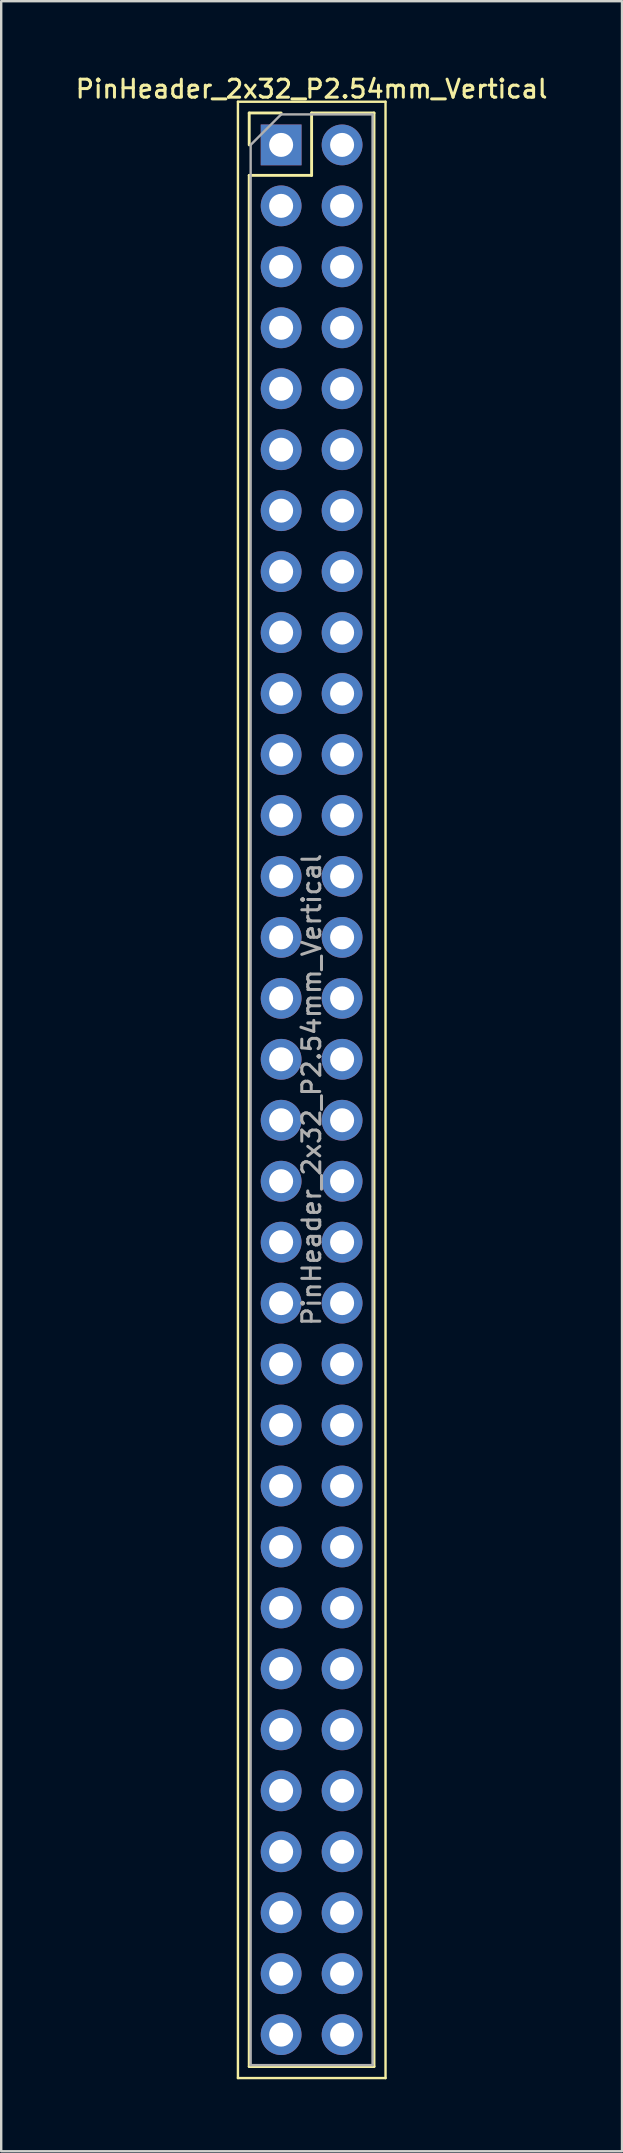
<source format=kicad_pcb>
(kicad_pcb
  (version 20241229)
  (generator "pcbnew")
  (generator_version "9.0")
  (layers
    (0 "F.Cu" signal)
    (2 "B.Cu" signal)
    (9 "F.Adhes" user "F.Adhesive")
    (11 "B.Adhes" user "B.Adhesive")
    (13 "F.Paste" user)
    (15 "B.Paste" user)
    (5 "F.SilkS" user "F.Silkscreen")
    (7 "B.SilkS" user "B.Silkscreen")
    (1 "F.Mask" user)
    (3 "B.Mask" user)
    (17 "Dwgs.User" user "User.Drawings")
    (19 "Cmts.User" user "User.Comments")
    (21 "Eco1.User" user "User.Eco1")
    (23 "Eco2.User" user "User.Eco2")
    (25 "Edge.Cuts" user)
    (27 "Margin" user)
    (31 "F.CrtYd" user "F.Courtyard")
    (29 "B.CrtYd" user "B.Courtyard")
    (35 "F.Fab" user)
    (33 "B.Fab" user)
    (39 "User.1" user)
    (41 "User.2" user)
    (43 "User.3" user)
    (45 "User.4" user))
  (footprint "PinHeader_2x32_P2.54mm_Vertical"
    (layer "F.Cu")
    (at 8.664 2.988)
    (property "Reference" "PinHeader_2x32_P2.54mm_Vertical" (at 1.27 -2.33 0) (layer "F.SilkS") (effects (font (size 0.75 0.75) (thickness 0.125))))
    (attr through_hole)
    (fp_line (start -1.8 -1.8) (end -1.8 80.55) (stroke (width 0.1) (type solid)) (layer "F.SilkS"))
    (fp_line (start -1.8 80.55) (end 4.35 80.55) (stroke (width 0.1) (type solid)) (layer "F.SilkS"))
    (fp_line (start -1.33 -1.33) (end 0 -1.33) (stroke (width 0.12) (type solid)) (layer "F.SilkS"))
    (fp_line (start -1.33 0) (end -1.33 -1.33) (stroke (width 0.12) (type solid)) (layer "F.SilkS"))
    (fp_line (start -1.33 1.27) (end -1.33 80.07) (stroke (width 0.12) (type solid)) (layer "F.SilkS"))
    (fp_line (start -1.33 1.27) (end 1.27 1.27) (stroke (width 0.12) (type solid)) (layer "F.SilkS"))
    (fp_line (start -1.33 80.07) (end 3.87 80.07) (stroke (width 0.12) (type solid)) (layer "F.SilkS"))
    (fp_line (start 1.27 -1.33) (end 3.87 -1.33) (stroke (width 0.12) (type solid)) (layer "F.SilkS"))
    (fp_line (start 1.27 1.27) (end 1.27 -1.33) (stroke (width 0.12) (type solid)) (layer "F.SilkS"))
    (fp_line (start 3.87 -1.33) (end 3.87 80.07) (stroke (width 0.12) (type solid)) (layer "F.SilkS"))
    (fp_line (start 4.35 -1.8) (end -1.8 -1.8) (stroke (width 0.1) (type solid)) (layer "F.SilkS"))
    (fp_line (start 4.35 80.55) (end 4.35 -1.8) (stroke (width 0.1) (type solid)) (layer "F.SilkS"))
    (fp_line (start -1.27 0) (end 0 -1.27) (stroke (width 0.1) (type solid)) (layer "F.Fab"))
    (fp_line (start -1.27 80.01) (end -1.27 0) (stroke (width 0.1) (type solid)) (layer "F.Fab"))
    (fp_line (start 0 -1.27) (end 3.81 -1.27) (stroke (width 0.1) (type solid)) (layer "F.Fab"))
    (fp_line (start 3.81 -1.27) (end 3.81 80.01) (stroke (width 0.1) (type solid)) (layer "F.Fab"))
    (fp_line (start 3.81 80.01) (end -1.27 80.01) (stroke (width 0.1) (type solid)) (layer "F.Fab"))
    (fp_text user "${REFERENCE}" (at 1.27 39.37 90) (layer "F.Fab") (effects (font (size 0.75 0.75) (thickness 0.125))))
    (pad "1" thru_hole rect (at 0 0) (size 1.7 1.7) (drill 1) (layers "*.Cu" "*.Mask"))
    (pad "2" thru_hole oval (at 2.54 0) (size 1.7 1.7) (drill 1) (layers "*.Cu" "*.Mask"))
    (pad "3" thru_hole oval (at 0 2.54) (size 1.7 1.7) (drill 1) (layers "*.Cu" "*.Mask"))
    (pad "4" thru_hole oval (at 2.54 2.54) (size 1.7 1.7) (drill 1) (layers "*.Cu" "*.Mask"))
    (pad "5" thru_hole oval (at 0 5.08) (size 1.7 1.7) (drill 1) (layers "*.Cu" "*.Mask"))
    (pad "6" thru_hole oval (at 2.54 5.08) (size 1.7 1.7) (drill 1) (layers "*.Cu" "*.Mask"))
    (pad "7" thru_hole oval (at 0 7.62) (size 1.7 1.7) (drill 1) (layers "*.Cu" "*.Mask"))
    (pad "8" thru_hole oval (at 2.54 7.62) (size 1.7 1.7) (drill 1) (layers "*.Cu" "*.Mask"))
    (pad "9" thru_hole oval (at 0 10.16) (size 1.7 1.7) (drill 1) (layers "*.Cu" "*.Mask"))
    (pad "10" thru_hole oval (at 2.54 10.16) (size 1.7 1.7) (drill 1) (layers "*.Cu" "*.Mask"))
    (pad "11" thru_hole oval (at 0 12.7) (size 1.7 1.7) (drill 1) (layers "*.Cu" "*.Mask"))
    (pad "12" thru_hole oval (at 2.54 12.7) (size 1.7 1.7) (drill 1) (layers "*.Cu" "*.Mask"))
    (pad "13" thru_hole oval (at 0 15.24) (size 1.7 1.7) (drill 1) (layers "*.Cu" "*.Mask"))
    (pad "14" thru_hole oval (at 2.54 15.24) (size 1.7 1.7) (drill 1) (layers "*.Cu" "*.Mask"))
    (pad "15" thru_hole oval (at 0 17.78) (size 1.7 1.7) (drill 1) (layers "*.Cu" "*.Mask"))
    (pad "16" thru_hole oval (at 2.54 17.78) (size 1.7 1.7) (drill 1) (layers "*.Cu" "*.Mask"))
    (pad "17" thru_hole oval (at 0 20.32) (size 1.7 1.7) (drill 1) (layers "*.Cu" "*.Mask"))
    (pad "18" thru_hole oval (at 2.54 20.32) (size 1.7 1.7) (drill 1) (layers "*.Cu" "*.Mask"))
    (pad "19" thru_hole oval (at 0 22.86) (size 1.7 1.7) (drill 1) (layers "*.Cu" "*.Mask"))
    (pad "20" thru_hole oval (at 2.54 22.86) (size 1.7 1.7) (drill 1) (layers "*.Cu" "*.Mask"))
    (pad "21" thru_hole oval (at 0 25.4) (size 1.7 1.7) (drill 1) (layers "*.Cu" "*.Mask"))
    (pad "22" thru_hole oval (at 2.54 25.4) (size 1.7 1.7) (drill 1) (layers "*.Cu" "*.Mask"))
    (pad "23" thru_hole oval (at 0 27.94) (size 1.7 1.7) (drill 1) (layers "*.Cu" "*.Mask"))
    (pad "24" thru_hole oval (at 2.54 27.94) (size 1.7 1.7) (drill 1) (layers "*.Cu" "*.Mask"))
    (pad "25" thru_hole oval (at 0 30.48) (size 1.7 1.7) (drill 1) (layers "*.Cu" "*.Mask"))
    (pad "26" thru_hole oval (at 2.54 30.48) (size 1.7 1.7) (drill 1) (layers "*.Cu" "*.Mask"))
    (pad "27" thru_hole oval (at 0 33.02) (size 1.7 1.7) (drill 1) (layers "*.Cu" "*.Mask"))
    (pad "28" thru_hole oval (at 2.54 33.02) (size 1.7 1.7) (drill 1) (layers "*.Cu" "*.Mask"))
    (pad "29" thru_hole oval (at 0 35.56) (size 1.7 1.7) (drill 1) (layers "*.Cu" "*.Mask"))
    (pad "30" thru_hole oval (at 2.54 35.56) (size 1.7 1.7) (drill 1) (layers "*.Cu" "*.Mask"))
    (pad "31" thru_hole oval (at 0 38.1) (size 1.7 1.7) (drill 1) (layers "*.Cu" "*.Mask"))
    (pad "32" thru_hole oval (at 2.54 38.1) (size 1.7 1.7) (drill 1) (layers "*.Cu" "*.Mask"))
    (pad "33" thru_hole oval (at 0 40.64) (size 1.7 1.7) (drill 1) (layers "*.Cu" "*.Mask"))
    (pad "34" thru_hole oval (at 2.54 40.64) (size 1.7 1.7) (drill 1) (layers "*.Cu" "*.Mask"))
    (pad "35" thru_hole oval (at 0 43.18) (size 1.7 1.7) (drill 1) (layers "*.Cu" "*.Mask"))
    (pad "36" thru_hole oval (at 2.54 43.18) (size 1.7 1.7) (drill 1) (layers "*.Cu" "*.Mask"))
    (pad "37" thru_hole oval (at 0 45.72) (size 1.7 1.7) (drill 1) (layers "*.Cu" "*.Mask"))
    (pad "38" thru_hole oval (at 2.54 45.72) (size 1.7 1.7) (drill 1) (layers "*.Cu" "*.Mask"))
    (pad "39" thru_hole oval (at 0 48.26) (size 1.7 1.7) (drill 1) (layers "*.Cu" "*.Mask"))
    (pad "40" thru_hole oval (at 2.54 48.26) (size 1.7 1.7) (drill 1) (layers "*.Cu" "*.Mask"))
    (pad "41" thru_hole oval (at 0 50.8) (size 1.7 1.7) (drill 1) (layers "*.Cu" "*.Mask"))
    (pad "42" thru_hole oval (at 2.54 50.8) (size 1.7 1.7) (drill 1) (layers "*.Cu" "*.Mask"))
    (pad "43" thru_hole oval (at 0 53.34) (size 1.7 1.7) (drill 1) (layers "*.Cu" "*.Mask"))
    (pad "44" thru_hole oval (at 2.54 53.34) (size 1.7 1.7) (drill 1) (layers "*.Cu" "*.Mask"))
    (pad "45" thru_hole oval (at 0 55.88) (size 1.7 1.7) (drill 1) (layers "*.Cu" "*.Mask"))
    (pad "46" thru_hole oval (at 2.54 55.88) (size 1.7 1.7) (drill 1) (layers "*.Cu" "*.Mask"))
    (pad "47" thru_hole oval (at 0 58.42) (size 1.7 1.7) (drill 1) (layers "*.Cu" "*.Mask"))
    (pad "48" thru_hole oval (at 2.54 58.42) (size 1.7 1.7) (drill 1) (layers "*.Cu" "*.Mask"))
    (pad "49" thru_hole oval (at 0 60.96) (size 1.7 1.7) (drill 1) (layers "*.Cu" "*.Mask"))
    (pad "50" thru_hole oval (at 2.54 60.96) (size 1.7 1.7) (drill 1) (layers "*.Cu" "*.Mask"))
    (pad "51" thru_hole oval (at 0 63.5) (size 1.7 1.7) (drill 1) (layers "*.Cu" "*.Mask"))
    (pad "52" thru_hole oval (at 2.54 63.5) (size 1.7 1.7) (drill 1) (layers "*.Cu" "*.Mask"))
    (pad "53" thru_hole oval (at 0 66.04) (size 1.7 1.7) (drill 1) (layers "*.Cu" "*.Mask"))
    (pad "54" thru_hole oval (at 2.54 66.04) (size 1.7 1.7) (drill 1) (layers "*.Cu" "*.Mask"))
    (pad "55" thru_hole oval (at 0 68.58) (size 1.7 1.7) (drill 1) (layers "*.Cu" "*.Mask"))
    (pad "56" thru_hole oval (at 2.54 68.58) (size 1.7 1.7) (drill 1) (layers "*.Cu" "*.Mask"))
    (pad "57" thru_hole oval (at 0 71.12) (size 1.7 1.7) (drill 1) (layers "*.Cu" "*.Mask"))
    (pad "58" thru_hole oval (at 2.54 71.12) (size 1.7 1.7) (drill 1) (layers "*.Cu" "*.Mask"))
    (pad "59" thru_hole oval (at 0 73.66) (size 1.7 1.7) (drill 1) (layers "*.Cu" "*.Mask"))
    (pad "60" thru_hole oval (at 2.54 73.66) (size 1.7 1.7) (drill 1) (layers "*.Cu" "*.Mask"))
    (pad "61" thru_hole oval (at 0 76.2) (size 1.7 1.7) (drill 1) (layers "*.Cu" "*.Mask"))
    (pad "62" thru_hole oval (at 2.54 76.2) (size 1.7 1.7) (drill 1) (layers "*.Cu" "*.Mask"))
    (pad "63" thru_hole oval (at 0 78.74) (size 1.7 1.7) (drill 1) (layers "*.Cu" "*.Mask"))
    (pad "64" thru_hole oval (at 2.54 78.74) (size 1.7 1.7) (drill 1) (layers "*.Cu" "*.Mask")))
  (gr_rect
    (start -3 -3)
    (end 22.868 86.588)
    (stroke (width 0.1) (type default))
    (fill no)
    (layer "Edge.Cuts")))
</source>
